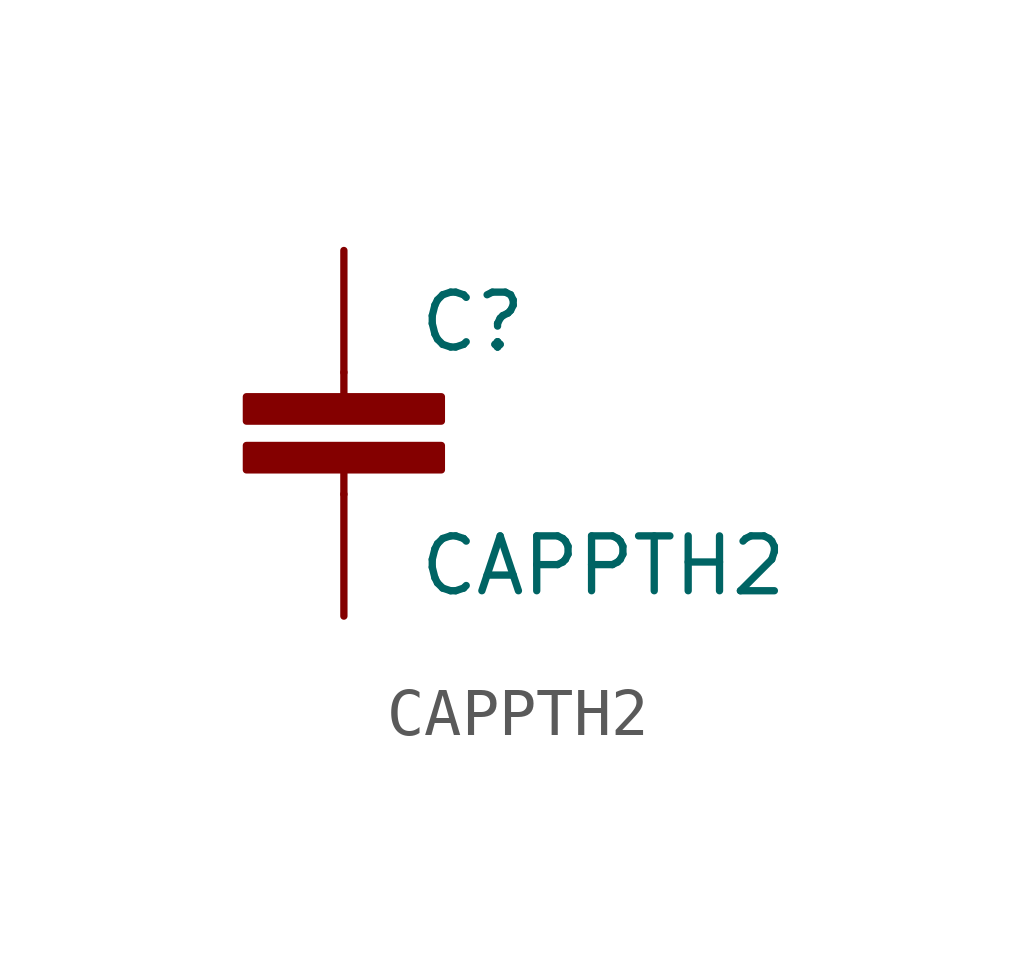
<source format=kicad_sym>
(kicad_symbol_lib
  (version 20211014)
  (generator kicad_symbol_editor)
  (symbol "CAPPTH2"
    (pin_numbers hide)
    (pin_names
      (offset 1.016) hide)
    (property "Reference" "C"
      (at 1.524 2.921 0)
      (effects (font (size 1.143 1.143)) (justify left bottom)))
    (property "Value" "CAPPTH2"
      (at 1.524 -2.159 0)
      (effects (font (size 1.143 1.143)) (justify left bottom)))
    (property "ki_locked" ""
      (at 0 0 0)
      (effects (font (size 1.27 1.27))))
    (symbol "CAPPTH2_1_0"
      (polyline (pts (xy 0 0) (xy 0 0.508)) (stroke (width 0) (type default) (color 0 0 0 0)) (fill (type none)))
      (polyline (pts (xy 0 2.54) (xy 0 2.032)) (stroke (width 0) (type default) (color 0 0 0 0)) (fill (type none))))
    (symbol "CAPPTH2_1_1"
      (rectangle (start -2.032 0.508) (end 2.032 1.016) (stroke (width 0) (type default) (color 0 0 0 0)) (fill (type outline)))
      (rectangle (start -2.032 1.524) (end 2.032 2.032) (stroke (width 0) (type default) (color 0 0 0 0)) (fill (type outline)))
      (pin passive line (at 0 5.08 270) (length 2.54) (name "1" (effects (font (size 1.016 1.016)))) (number "1" (effects (font (size 1.016 1.016)))))
      (pin passive line (at 0 -2.54 90) (length 2.54) (name "2" (effects (font (size 1.016 1.016)))) (number "2" (effects (font (size 1.016 1.016))))))))
</source>
